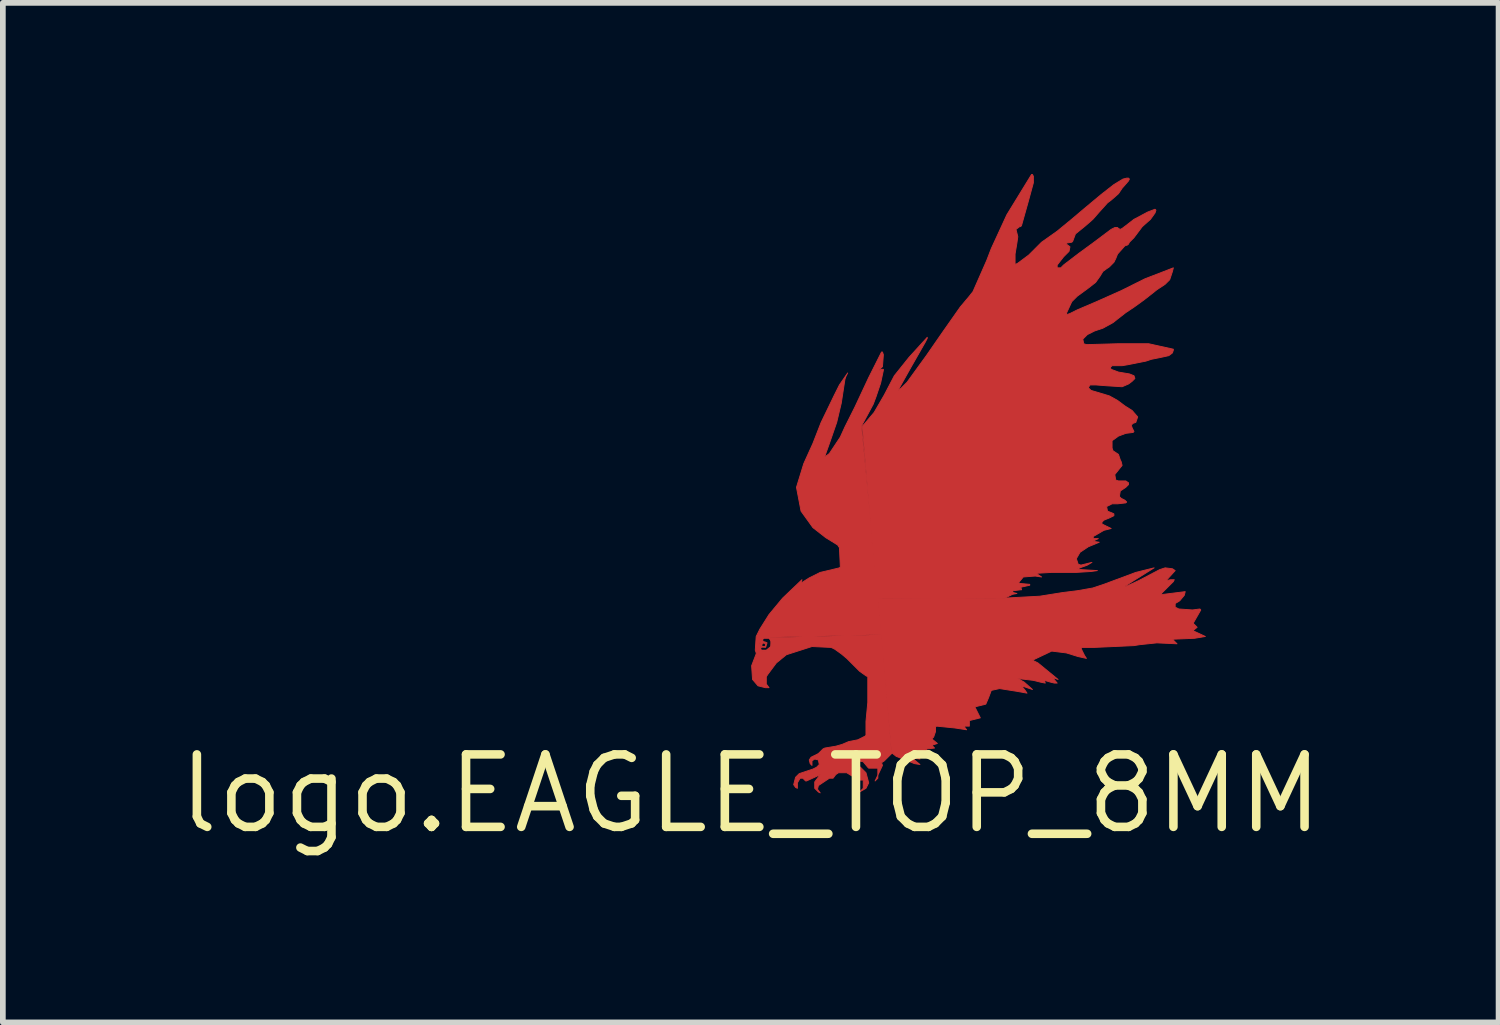
<source format=kicad_pcb>
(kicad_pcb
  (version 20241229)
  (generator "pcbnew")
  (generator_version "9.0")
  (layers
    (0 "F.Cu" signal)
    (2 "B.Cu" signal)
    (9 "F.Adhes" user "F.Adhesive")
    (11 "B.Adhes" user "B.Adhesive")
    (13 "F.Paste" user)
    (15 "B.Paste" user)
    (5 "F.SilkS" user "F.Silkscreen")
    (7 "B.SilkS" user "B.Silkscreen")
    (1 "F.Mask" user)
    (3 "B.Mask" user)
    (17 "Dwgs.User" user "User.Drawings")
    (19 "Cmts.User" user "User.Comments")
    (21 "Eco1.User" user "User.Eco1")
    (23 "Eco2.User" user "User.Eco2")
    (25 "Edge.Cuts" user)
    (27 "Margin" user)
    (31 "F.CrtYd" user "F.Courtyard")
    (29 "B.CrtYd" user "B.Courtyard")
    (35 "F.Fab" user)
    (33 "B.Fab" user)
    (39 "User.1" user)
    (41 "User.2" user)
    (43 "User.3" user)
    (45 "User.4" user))
  (footprint "logo.EAGLE_TOP_8MM"
    (layer "F.Cu")
    (at 10.107 10.862)
    (property "Reference" "logo.EAGLE_TOP_8MM" (at 0 0 0) (layer "F.SilkS") (effects (font (size 1.27 1.27) (thickness 0.15))))
    (fp_poly (pts (xy 0.16 -2.645) (xy 0.176 -2.677) (xy 0.208 -2.725) (xy 0.289 -2.757) (xy 0.369 -2.709) (xy 0.385 -2.581) (xy 0.305 -2.501) (xy 0.176 -2.501) (xy 0.144 -2.533) (xy 0.144 -2.613) (xy 0.176 -2.613) (xy 0.176 -2.581) (xy 0.176 -2.533) (xy 0.192 -2.517) (xy 0.273 -2.517) (xy 0.353 -2.581) (xy 0.369 -2.661) (xy 0.321 -2.725) (xy 0.225 -2.725) (xy 0.205 -2.692) (xy 0.228 -2.664) (xy 0.25 -2.662) (xy 0.286 -2.646) (xy 0.262 -2.567) (xy 0.209 -2.57) (xy 0.176 -2.565) (xy 0.194 -2.599) (xy 0.208 -2.581) (xy 0.257 -2.581) (xy 0.257 -2.629) (xy 0.225 -2.645) (xy 0.191 -2.613) (xy 0.192 -2.597)) (stroke (width 0.016) (type default)) (fill yes) (layer "F.Cu"))
    (fp_poly (pts (xy 2.228 -3.415) (xy 4.473 -3.431) (xy 5.066 -3.463) (xy 5.467 -3.527) (xy 5.723 -3.559) (xy 5.996 -3.607) (xy 6.188 -3.671) (xy 6.749 -3.88) (xy 7.07 -3.96) (xy 6.557 -3.639) (xy 6.589 -3.639) (xy 6.798 -3.735) (xy 7.166 -3.928) (xy 7.263 -3.96) (xy 7.391 -3.944) (xy 7.439 -3.912) (xy 7.279 -3.735) (xy 7.359 -3.752) (xy 7.423 -3.752) (xy 7.407 -3.719) (xy 7.198 -3.511) (xy 7.198 -3.495) (xy 7.23 -3.495) (xy 7.615 -3.543) (xy 7.599 -3.479) (xy 7.519 -3.383) (xy 7.439 -3.335) (xy 7.439 -3.271) (xy 7.503 -3.239) (xy 7.743 -3.222) (xy 7.872 -3.239) (xy 7.888 -3.222) (xy 7.76 -2.998) (xy 7.76 -2.982) (xy 7.824 -2.918) (xy 7.743 -2.854) (xy 7.76 -2.854) (xy 7.968 -2.757) (xy 7.776 -2.725) (xy 7.391 -2.709) (xy 7.471 -2.629) (xy 7.118 -2.645) (xy 6.814 -2.613) (xy 6.717 -2.597) (xy 6.012 -2.565) (xy 5.787 -2.565) (xy 5.804 -2.517) (xy 5.852 -2.421) (xy 5.884 -2.373) (xy 5.739 -2.405) (xy 5.531 -2.469) (xy 5.275 -2.501) (xy 4.938 -2.341) (xy 5.034 -2.293) (xy 5.387 -2.004) (xy 5.291 -2.036) (xy 5.371 -1.94) (xy 5.323 -1.94) (xy 5.258 -1.956) (xy 5.146 -1.988) (xy 5.162 -1.94) (xy 5.082 -1.956) (xy 4.954 -1.988) (xy 4.681 -2.02) (xy 4.794 -1.956) (xy 4.938 -1.828) (xy 4.745 -1.892) (xy 4.81 -1.812) (xy 4.842 -1.764) (xy 4.665 -1.796) (xy 4.361 -1.844) (xy 4.216 -1.812) (xy 4.168 -1.683) (xy 4.12 -1.571) (xy 3.928 -1.523) (xy 4.024 -1.331) (xy 3.832 -1.283) (xy 3.832 -1.186) (xy 3.735 -1.186) (xy 3.784 -1.122) (xy 3.575 -1.154) (xy 3.255 -1.186) (xy 3.239 -1.17) (xy 3.239 -1.122) (xy 3.239 -1.09) (xy 3.206 -0.994) (xy 3.174 -0.962) (xy 3.271 -0.882) (xy 3.174 -0.85) (xy 3.222 -0.802) (xy 3.094 -0.786) (xy 3.062 -0.769) (xy 3.174 -0.721) (xy 3.094 -0.705) (xy 2.966 -0.689) (xy 2.934 -0.673) (xy 2.966 -0.609) (xy 2.854 -0.625) (xy 2.87 -0.593) (xy 2.966 -0.513) (xy 2.87 -0.529) (xy 2.549 -0.657) (xy 2.469 -0.721)) (stroke (width 0.016) (type default)) (fill yes) (layer "F.Cu"))
    (fp_poly (pts (xy 0.818 -0.096) (xy 0.786 -0.112) (xy 0.753 -0.16) (xy 0.786 -0.289) (xy 0.85 -0.353) (xy 0.994 -0.401) (xy 1.09 -0.433) (xy 1.154 -0.465) (xy 1.202 -0.513) (xy 1.186 -0.593) (xy 1.122 -0.609) (xy 1.074 -0.577) (xy 1.074 -0.497) (xy 1.042 -0.529) (xy 1.026 -0.593) (xy 1.058 -0.641) (xy 1.122 -0.673) (xy 1.186 -0.705) (xy 1.218 -0.737) (xy 1.267 -0.786) (xy 1.299 -0.802) (xy 1.491 -0.834) (xy 1.603 -0.866) (xy 1.715 -0.914) (xy 1.796 -0.93) (xy 1.876 -0.946) (xy 2.004 -1.01) (xy 2.02 -1.026) (xy 2.02 -1.267) (xy 2.052 -1.603) (xy 2.052 -2.052) (xy 2.02 -2.068) (xy 1.908 -2.148) (xy 1.796 -2.26) (xy 1.683 -2.373) (xy 1.587 -2.453) (xy 1.475 -2.533) (xy 1.411 -2.565) (xy 1.074 -2.581) (xy 0.625 -2.437) (xy 0.449 -2.293) (xy 0.305 -2.1) (xy 0.273 -2.052) (xy 0.273 -1.924) (xy 0.321 -1.86) (xy 0.257 -1.86) (xy 0.128 -1.892) (xy 0.032 -2.004) (xy 0.016 -2.244) (xy 0.096 -2.453) (xy 0.096 -2.469) (xy 0.08 -2.517) (xy 0.096 -2.757) (xy 0.16 -2.886) (xy 0.321 -3.142) (xy 0.561 -3.431) (xy 0.898 -3.752) (xy 0.882 -3.703) (xy 0.898 -3.703) (xy 1.026 -3.784) (xy 1.218 -3.88) (xy 1.555 -3.96) (xy 1.571 -3.976) (xy 1.555 -4.313) (xy 1.523 -4.361) (xy 1.315 -4.489) (xy 1.09 -4.665) (xy 0.882 -4.954) (xy 0.802 -5.371) (xy 0.93 -5.787) (xy 1.09 -6.14) (xy 1.234 -6.509) (xy 1.459 -6.974) (xy 1.555 -7.166) (xy 1.699 -7.375) (xy 1.667 -7.311) (xy 1.651 -7.263) (xy 1.587 -6.846) (xy 1.507 -6.509) (xy 1.379 -6.14) (xy 1.299 -5.916) (xy 1.315 -5.916) (xy 1.379 -5.964) (xy 1.571 -6.253) (xy 1.651 -6.429) (xy 1.828 -6.782) (xy 2.068 -7.295) (xy 2.293 -7.743) (xy 2.309 -7.743) (xy 2.325 -7.695) (xy 2.309 -7.487) (xy 2.26 -7.439) (xy 2.26 -7.423) (xy 2.293 -7.439) (xy 2.325 -7.439) (xy 2.325 -7.423) (xy 2.277 -7.198) (xy 2.196 -6.958) (xy 2.148 -6.83) (xy 2.036 -6.621) (xy 1.94 -6.445) (xy 2.293 -2.79) (xy 0.225 -2.741) (xy 0.16 -2.645) (xy 0.16 -2.565) (xy 0.176 -2.517) (xy 0.208 -2.501) (xy 0.273 -2.501) (xy 0.353 -2.565) (xy 0.353 -2.709) (xy 0.321 -2.741) (xy 0.561 -2.741) (xy 2.293 -2.789) (xy 2.469 -0.705) (xy 2.341 -0.577) (xy 2.293 -0.545) (xy 2.309 -0.497) (xy 2.18 -0.225) (xy 2.228 -0.273) (xy 2.228 -0.449) (xy 2.068 -0.449) (xy 2.052 -0.465) (xy 1.972 -0.561) (xy 1.892 -0.577) (xy 1.828 -0.529) (xy 1.924 -0.465) (xy 2.02 -0.369) (xy 2.068 -0.192) (xy 2.02 -0.096) (xy 1.908 -0.032) (xy 1.972 -0.096) (xy 1.972 -0.24) (xy 1.86 -0.24) (xy 1.812 -0.289) (xy 1.683 -0.369) (xy 1.539 -0.369) (xy 1.491 -0.337) (xy 1.443 -0.273) (xy 1.379 -0.273) (xy 1.234 -0.176) (xy 1.186 -0.144) (xy 1.17 -0.08) (xy 1.218 -0.016) (xy 1.186 -0.032) (xy 1.122 -0.096) (xy 1.122 -0.208) (xy 1.218 -0.337) (xy 1.154 -0.305) (xy 0.978 -0.225) (xy 0.962 -0.225) (xy 0.914 -0.273) (xy 0.866 -0.273) (xy 0.818 -0.192)) (stroke (width 0.016) (type default)) (fill yes) (layer "F.Cu"))
    (fp_poly (pts (xy 1.956 -6.445) (xy 1.988 -6.477) (xy 2.164 -6.685) (xy 2.341 -6.99) (xy 2.517 -7.327) (xy 2.773 -7.647) (xy 3.094 -8) (xy 3.094 -7.984) (xy 3.062 -7.92) (xy 2.806 -7.471) (xy 2.581 -7.07) (xy 2.629 -7.102) (xy 2.741 -7.214) (xy 2.95 -7.503) (xy 3.078 -7.679) (xy 3.367 -8.096) (xy 3.671 -8.529) (xy 3.832 -8.721) (xy 3.896 -8.802) (xy 4.136 -9.347) (xy 4.216 -9.555) (xy 4.489 -10.148) (xy 4.922 -10.854) (xy 4.938 -10.854) (xy 4.954 -10.822) (xy 4.954 -10.709) (xy 4.858 -10.357) (xy 4.745 -9.956) (xy 4.729 -9.94) (xy 4.713 -9.94) (xy 4.649 -9.892) (xy 4.665 -9.828) (xy 4.681 -9.764) (xy 4.665 -9.651) (xy 4.633 -9.459) (xy 4.633 -9.283) (xy 4.649 -9.283) (xy 4.681 -9.299) (xy 4.874 -9.443) (xy 5.098 -9.667) (xy 5.258 -9.78) (xy 5.371 -9.86) (xy 5.643 -10.084) (xy 5.852 -10.261) (xy 6.14 -10.501) (xy 6.365 -10.677) (xy 6.525 -10.774) (xy 6.589 -10.79) (xy 6.621 -10.79) (xy 6.637 -10.774) (xy 6.621 -10.741) (xy 6.509 -10.613) (xy 6.445 -10.517) (xy 6.317 -10.405) (xy 6.253 -10.357) (xy 6.108 -10.196) (xy 5.996 -10.068) (xy 5.868 -9.956) (xy 5.691 -9.812) (xy 5.643 -9.683) (xy 5.627 -9.667) (xy 5.531 -9.651) (xy 5.531 -9.635) (xy 5.595 -9.587) (xy 5.579 -9.507) (xy 5.483 -9.411) (xy 5.371 -9.267) (xy 5.371 -9.218) (xy 5.435 -9.218) (xy 5.483 -9.267) (xy 5.755 -9.475) (xy 5.996 -9.651) (xy 6.317 -9.892) (xy 6.381 -9.924) (xy 6.429 -9.924) (xy 6.445 -9.908) (xy 6.477 -9.892) (xy 6.509 -9.908) (xy 6.573 -9.956) (xy 6.717 -10.068) (xy 6.958 -10.196) (xy 7.086 -10.245) (xy 7.102 -10.228) (xy 7.086 -10.18) (xy 7.006 -10.068) (xy 6.862 -9.94) (xy 6.717 -9.747) (xy 6.637 -9.667) (xy 6.621 -9.635) (xy 6.605 -9.619) (xy 6.557 -9.603) (xy 6.429 -9.459) (xy 6.397 -9.379) (xy 6.365 -9.315) (xy 6.285 -9.234) (xy 6.237 -9.202) (xy 6.172 -9.154) (xy 6.124 -9.074) (xy 6.044 -8.962) (xy 5.9 -8.85) (xy 5.723 -8.721) (xy 5.627 -8.625) (xy 5.531 -8.417) (xy 5.547 -8.401) (xy 5.595 -8.417) (xy 5.723 -8.481) (xy 6.06 -8.625) (xy 6.493 -8.818) (xy 6.91 -9.026) (xy 7.407 -9.218) (xy 7.391 -9.154) (xy 7.343 -9.01) (xy 7.263 -8.93) (xy 7.118 -8.834) (xy 7.038 -8.77) (xy 6.894 -8.657) (xy 6.717 -8.529) (xy 6.573 -8.433) (xy 6.429 -8.321) (xy 6.349 -8.257) (xy 6.172 -8.16) (xy 6.028 -8.112) (xy 5.9 -8.048) (xy 5.82 -7.968) (xy 5.836 -7.888) (xy 5.884 -7.872) (xy 6.445 -7.888) (xy 6.974 -7.888) (xy 7.407 -7.792) (xy 7.407 -7.776) (xy 7.391 -7.727) (xy 7.327 -7.679) (xy 7.182 -7.647) (xy 7.022 -7.615) (xy 6.926 -7.583) (xy 6.766 -7.551) (xy 6.605 -7.519) (xy 6.509 -7.503) (xy 6.333 -7.503) (xy 6.301 -7.471) (xy 6.317 -7.439) (xy 6.445 -7.391) (xy 6.637 -7.359) (xy 6.717 -7.327) (xy 6.733 -7.279) (xy 6.685 -7.23) (xy 6.621 -7.182) (xy 6.509 -7.134) (xy 6.253 -7.15) (xy 6.044 -7.166) (xy 5.948 -7.166) (xy 5.916 -7.118) (xy 5.964 -7.07) (xy 6.285 -6.974) (xy 6.429 -6.894) (xy 6.557 -6.798) (xy 6.685 -6.717) (xy 6.782 -6.605) (xy 6.749 -6.509) (xy 6.701 -6.493) (xy 6.669 -6.461) (xy 6.685 -6.413) (xy 6.717 -6.349) (xy 6.701 -6.333) (xy 6.573 -6.317) (xy 6.445 -6.269) (xy 6.333 -6.188) (xy 6.333 -6.156) (xy 6.333 -6.06) (xy 6.349 -6.012) (xy 6.445 -5.948) (xy 6.477 -5.852) (xy 6.493 -5.82) (xy 6.509 -5.755) (xy 6.445 -5.675) (xy 6.381 -5.595) (xy 6.397 -5.499) (xy 6.445 -5.483) (xy 6.573 -5.483) (xy 6.621 -5.451) (xy 6.621 -5.419) (xy 6.573 -5.371) (xy 6.477 -5.307) (xy 6.461 -5.21) (xy 6.493 -5.178) (xy 6.557 -5.146) (xy 6.589 -5.114) (xy 6.573 -5.098) (xy 6.429 -5.082) (xy 6.333 -5.082) (xy 6.237 -5.034) (xy 6.253 -4.954) (xy 6.333 -4.922) (xy 6.365 -4.906) (xy 6.365 -4.874) (xy 6.301 -4.842) (xy 6.188 -4.794) (xy 6.156 -4.761) (xy 6.156 -4.729) (xy 6.188 -4.713) (xy 6.317 -4.649) (xy 6.188 -4.617) (xy 5.996 -4.505) (xy 6.012 -4.473) (xy 6.092 -4.473) (xy 5.996 -4.425) (xy 6.108 -4.409) (xy 5.916 -4.329) (xy 5.771 -4.232) (xy 5.707 -4.12) (xy 5.739 -4.024) (xy 5.787 -4.008) (xy 5.98 -4.056) (xy 5.9 -4.008) (xy 5.723 -3.944) (xy 5.804 -3.928) (xy 6.076 -3.912) (xy 5.964 -3.896) (xy 5.707 -3.88) (xy 5.275 -3.88) (xy 5.002 -3.864) (xy 5.098 -3.8) (xy 4.986 -3.816) (xy 4.777 -3.8) (xy 4.697 -3.703) (xy 4.713 -3.687) (xy 4.89 -3.671) (xy 4.89 -3.655) (xy 4.745 -3.623) (xy 4.729 -3.607) (xy 4.745 -3.591) (xy 4.745 -3.575) (xy 4.729 -3.575) (xy 4.601 -3.559) (xy 4.585 -3.543) (xy 4.601 -3.527) (xy 4.665 -3.511) (xy 4.585 -3.495) (xy 4.457 -3.431) (xy 2.212 -3.415)) (stroke (width 0.016) (type default)) (fill yes) (layer "F.Cu")))
  (gr_rect
    (start -3 -3)
    (end 23.214 14.868)
    (stroke (width 0.1) (type default))
    (fill no)
    (layer "Edge.Cuts")))
</source>
